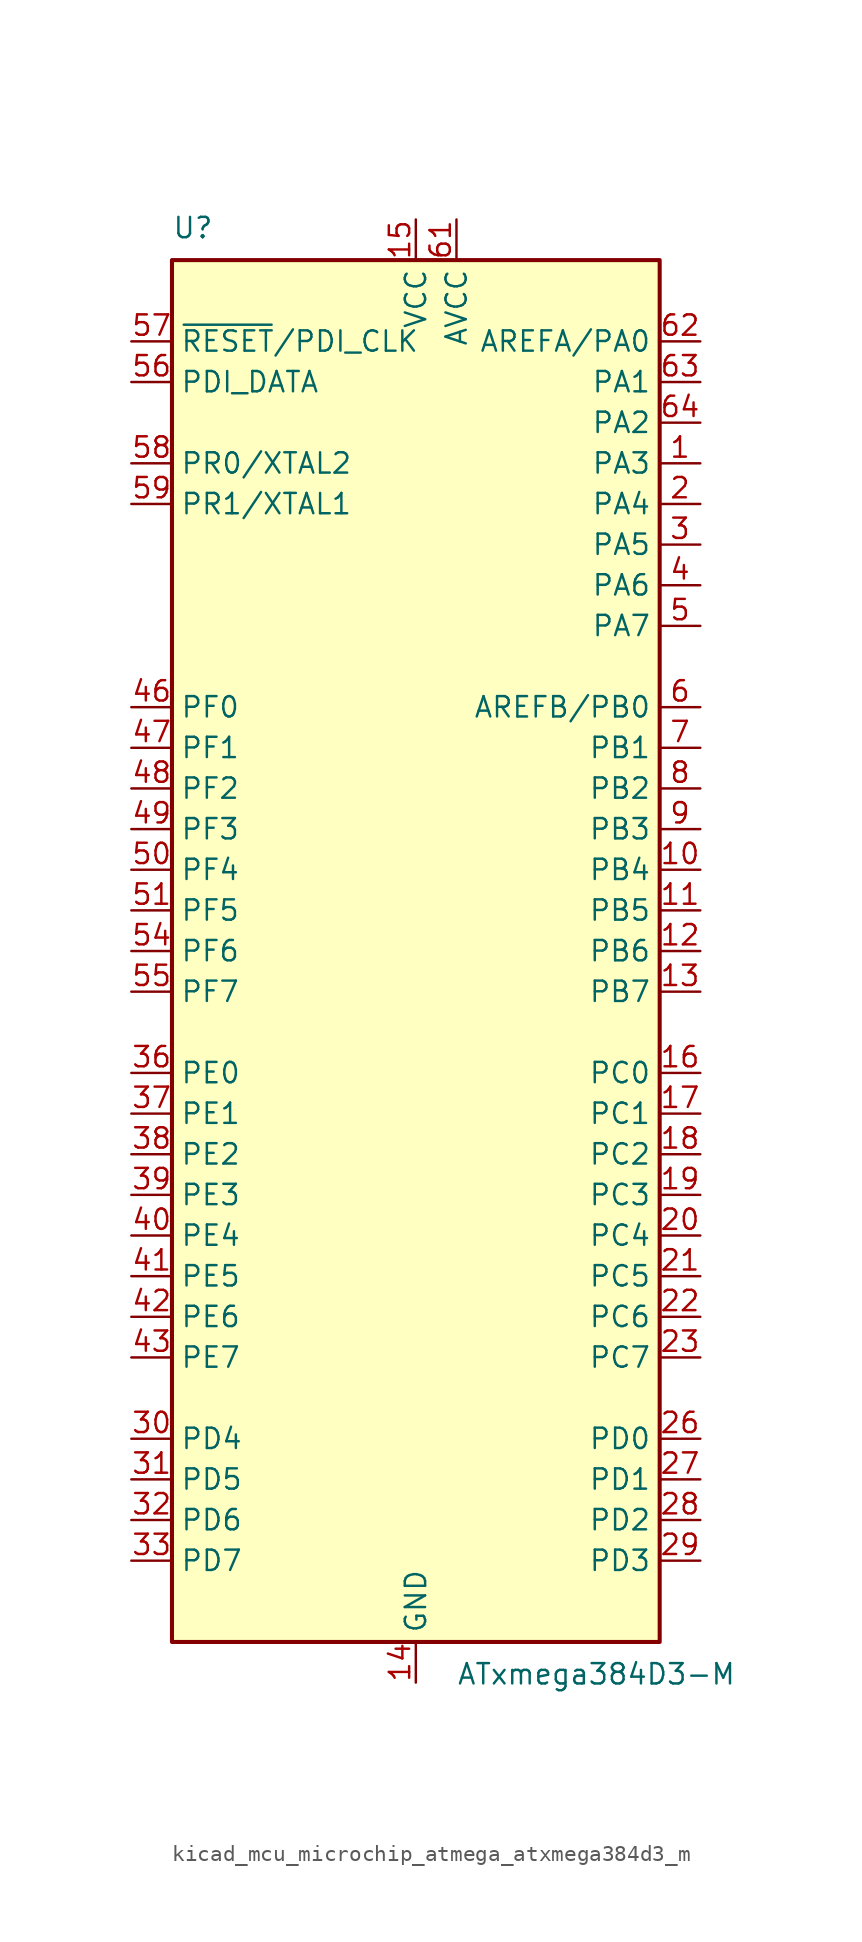
<source format=kicad_sym>
(kicad_symbol_lib
  (version 20220914)
  (generator kicad_symbol_editor)
  (symbol "kicad_mcu_microchip_atmega_atxmega384d3_m"
    (property "Reference" "U"
      (at -15.24 44.45 0)
      (effects (font (size 1.27 1.27)) (justify left bottom)))
    (property "Value" "ATxmega384D3-M"
      (at 2.54 -44.45 0)
      (effects (font (size 1.27 1.27)) (justify left top)))
    (symbol "kicad_mcu_microchip_atmega_atxmega384d3_m_0_1"
      (rectangle (start -15.24 -43.18) (end 15.24 43.18) (stroke (width 0.254) (type default)) (fill (type background))))
    (symbol "kicad_mcu_microchip_atmega_atxmega384d3_m_1_1"
      (pin bidirectional line (at 17.78 30.48 180) (length 2.54) (name "PA3" (effects (font (size 1.27 1.27)))) (number "1" (effects (font (size 1.27 1.27)))))
      (pin bidirectional line (at 17.78 5.08 180) (length 2.54) (name "PB4" (effects (font (size 1.27 1.27)))) (number "10" (effects (font (size 1.27 1.27)))))
      (pin bidirectional line (at 17.78 2.54 180) (length 2.54) (name "PB5" (effects (font (size 1.27 1.27)))) (number "11" (effects (font (size 1.27 1.27)))))
      (pin bidirectional line (at 17.78 0 180) (length 2.54) (name "PB6" (effects (font (size 1.27 1.27)))) (number "12" (effects (font (size 1.27 1.27)))))
      (pin bidirectional line (at 17.78 -2.54 180) (length 2.54) (name "PB7" (effects (font (size 1.27 1.27)))) (number "13" (effects (font (size 1.27 1.27)))))
      (pin power_in line (at 0 -45.72 90) (length 2.54) (name "GND" (effects (font (size 1.27 1.27)))) (number "14" (effects (font (size 1.27 1.27)))))
      (pin power_in line (at 0 45.72 270) (length 2.54) (name "VCC" (effects (font (size 1.27 1.27)))) (number "15" (effects (font (size 1.27 1.27)))))
      (pin bidirectional line (at 17.78 -7.62 180) (length 2.54) (name "PC0" (effects (font (size 1.27 1.27)))) (number "16" (effects (font (size 1.27 1.27)))))
      (pin bidirectional line (at 17.78 -10.16 180) (length 2.54) (name "PC1" (effects (font (size 1.27 1.27)))) (number "17" (effects (font (size 1.27 1.27)))))
      (pin bidirectional line (at 17.78 -12.7 180) (length 2.54) (name "PC2" (effects (font (size 1.27 1.27)))) (number "18" (effects (font (size 1.27 1.27)))))
      (pin bidirectional line (at 17.78 -15.24 180) (length 2.54) (name "PC3" (effects (font (size 1.27 1.27)))) (number "19" (effects (font (size 1.27 1.27)))))
      (pin bidirectional line (at 17.78 27.94 180) (length 2.54) (name "PA4" (effects (font (size 1.27 1.27)))) (number "2" (effects (font (size 1.27 1.27)))))
      (pin bidirectional line (at 17.78 -17.78 180) (length 2.54) (name "PC4" (effects (font (size 1.27 1.27)))) (number "20" (effects (font (size 1.27 1.27)))))
      (pin bidirectional line (at 17.78 -20.32 180) (length 2.54) (name "PC5" (effects (font (size 1.27 1.27)))) (number "21" (effects (font (size 1.27 1.27)))))
      (pin bidirectional line (at 17.78 -22.86 180) (length 2.54) (name "PC6" (effects (font (size 1.27 1.27)))) (number "22" (effects (font (size 1.27 1.27)))))
      (pin bidirectional line (at 17.78 -25.4 180) (length 2.54) (name "PC7" (effects (font (size 1.27 1.27)))) (number "23" (effects (font (size 1.27 1.27)))))
      (pin passive line (at 0 -45.72 90) (length 2.54) hide (name "GND" (effects (font (size 1.27 1.27)))) (number "24" (effects (font (size 1.27 1.27)))))
      (pin passive line (at 0 45.72 270) (length 2.54) hide (name "VCC" (effects (font (size 1.27 1.27)))) (number "25" (effects (font (size 1.27 1.27)))))
      (pin bidirectional line (at 17.78 -30.48 180) (length 2.54) (name "PD0" (effects (font (size 1.27 1.27)))) (number "26" (effects (font (size 1.27 1.27)))))
      (pin bidirectional line (at 17.78 -33.02 180) (length 2.54) (name "PD1" (effects (font (size 1.27 1.27)))) (number "27" (effects (font (size 1.27 1.27)))))
      (pin bidirectional line (at 17.78 -35.56 180) (length 2.54) (name "PD2" (effects (font (size 1.27 1.27)))) (number "28" (effects (font (size 1.27 1.27)))))
      (pin bidirectional line (at 17.78 -38.1 180) (length 2.54) (name "PD3" (effects (font (size 1.27 1.27)))) (number "29" (effects (font (size 1.27 1.27)))))
      (pin bidirectional line (at 17.78 25.4 180) (length 2.54) (name "PA5" (effects (font (size 1.27 1.27)))) (number "3" (effects (font (size 1.27 1.27)))))
      (pin bidirectional line (at -17.78 -30.48 0) (length 2.54) (name "PD4" (effects (font (size 1.27 1.27)))) (number "30" (effects (font (size 1.27 1.27)))))
      (pin bidirectional line (at -17.78 -33.02 0) (length 2.54) (name "PD5" (effects (font (size 1.27 1.27)))) (number "31" (effects (font (size 1.27 1.27)))))
      (pin bidirectional line (at -17.78 -35.56 0) (length 2.54) (name "PD6" (effects (font (size 1.27 1.27)))) (number "32" (effects (font (size 1.27 1.27)))))
      (pin bidirectional line (at -17.78 -38.1 0) (length 2.54) (name "PD7" (effects (font (size 1.27 1.27)))) (number "33" (effects (font (size 1.27 1.27)))))
      (pin passive line (at 0 -45.72 90) (length 2.54) hide (name "GND" (effects (font (size 1.27 1.27)))) (number "34" (effects (font (size 1.27 1.27)))))
      (pin passive line (at 0 45.72 270) (length 2.54) hide (name "VCC" (effects (font (size 1.27 1.27)))) (number "35" (effects (font (size 1.27 1.27)))))
      (pin bidirectional line (at -17.78 -7.62 0) (length 2.54) (name "PE0" (effects (font (size 1.27 1.27)))) (number "36" (effects (font (size 1.27 1.27)))))
      (pin bidirectional line (at -17.78 -10.16 0) (length 2.54) (name "PE1" (effects (font (size 1.27 1.27)))) (number "37" (effects (font (size 1.27 1.27)))))
      (pin bidirectional line (at -17.78 -12.7 0) (length 2.54) (name "PE2" (effects (font (size 1.27 1.27)))) (number "38" (effects (font (size 1.27 1.27)))))
      (pin bidirectional line (at -17.78 -15.24 0) (length 2.54) (name "PE3" (effects (font (size 1.27 1.27)))) (number "39" (effects (font (size 1.27 1.27)))))
      (pin bidirectional line (at 17.78 22.86 180) (length 2.54) (name "PA6" (effects (font (size 1.27 1.27)))) (number "4" (effects (font (size 1.27 1.27)))))
      (pin bidirectional line (at -17.78 -17.78 0) (length 2.54) (name "PE4" (effects (font (size 1.27 1.27)))) (number "40" (effects (font (size 1.27 1.27)))))
      (pin bidirectional line (at -17.78 -20.32 0) (length 2.54) (name "PE5" (effects (font (size 1.27 1.27)))) (number "41" (effects (font (size 1.27 1.27)))))
      (pin bidirectional line (at -17.78 -22.86 0) (length 2.54) (name "PE6" (effects (font (size 1.27 1.27)))) (number "42" (effects (font (size 1.27 1.27)))))
      (pin bidirectional line (at -17.78 -25.4 0) (length 2.54) (name "PE7" (effects (font (size 1.27 1.27)))) (number "43" (effects (font (size 1.27 1.27)))))
      (pin passive line (at 0 -45.72 90) (length 2.54) hide (name "GND" (effects (font (size 1.27 1.27)))) (number "44" (effects (font (size 1.27 1.27)))))
      (pin passive line (at 0 45.72 270) (length 2.54) hide (name "VCC" (effects (font (size 1.27 1.27)))) (number "45" (effects (font (size 1.27 1.27)))))
      (pin bidirectional line (at -17.78 15.24 0) (length 2.54) (name "PF0" (effects (font (size 1.27 1.27)))) (number "46" (effects (font (size 1.27 1.27)))))
      (pin bidirectional line (at -17.78 12.7 0) (length 2.54) (name "PF1" (effects (font (size 1.27 1.27)))) (number "47" (effects (font (size 1.27 1.27)))))
      (pin bidirectional line (at -17.78 10.16 0) (length 2.54) (name "PF2" (effects (font (size 1.27 1.27)))) (number "48" (effects (font (size 1.27 1.27)))))
      (pin bidirectional line (at -17.78 7.62 0) (length 2.54) (name "PF3" (effects (font (size 1.27 1.27)))) (number "49" (effects (font (size 1.27 1.27)))))
      (pin bidirectional line (at 17.78 20.32 180) (length 2.54) (name "PA7" (effects (font (size 1.27 1.27)))) (number "5" (effects (font (size 1.27 1.27)))))
      (pin bidirectional line (at -17.78 5.08 0) (length 2.54) (name "PF4" (effects (font (size 1.27 1.27)))) (number "50" (effects (font (size 1.27 1.27)))))
      (pin bidirectional line (at -17.78 2.54 0) (length 2.54) (name "PF5" (effects (font (size 1.27 1.27)))) (number "51" (effects (font (size 1.27 1.27)))))
      (pin passive line (at 0 -45.72 90) (length 2.54) hide (name "GND" (effects (font (size 1.27 1.27)))) (number "52" (effects (font (size 1.27 1.27)))))
      (pin passive line (at 0 45.72 270) (length 2.54) hide (name "VCC" (effects (font (size 1.27 1.27)))) (number "53" (effects (font (size 1.27 1.27)))))
      (pin bidirectional line (at -17.78 0 0) (length 2.54) (name "PF6" (effects (font (size 1.27 1.27)))) (number "54" (effects (font (size 1.27 1.27)))))
      (pin bidirectional line (at -17.78 -2.54 0) (length 2.54) (name "PF7" (effects (font (size 1.27 1.27)))) (number "55" (effects (font (size 1.27 1.27)))))
      (pin bidirectional line (at -17.78 35.56 0) (length 2.54) (name "PDI_DATA" (effects (font (size 1.27 1.27)))) (number "56" (effects (font (size 1.27 1.27)))))
      (pin input line (at -17.78 38.1 0) (length 2.54) (name "~{RESET}/PDI_CLK" (effects (font (size 1.27 1.27)))) (number "57" (effects (font (size 1.27 1.27)))))
      (pin bidirectional line (at -17.78 30.48 0) (length 2.54) (name "PR0/XTAL2" (effects (font (size 1.27 1.27)))) (number "58" (effects (font (size 1.27 1.27)))))
      (pin bidirectional line (at -17.78 27.94 0) (length 2.54) (name "PR1/XTAL1" (effects (font (size 1.27 1.27)))) (number "59" (effects (font (size 1.27 1.27)))))
      (pin bidirectional line (at 17.78 15.24 180) (length 2.54) (name "AREFB/PB0" (effects (font (size 1.27 1.27)))) (number "6" (effects (font (size 1.27 1.27)))))
      (pin passive line (at 0 -45.72 90) (length 2.54) hide (name "GND" (effects (font (size 1.27 1.27)))) (number "60" (effects (font (size 1.27 1.27)))))
      (pin power_in line (at 2.54 45.72 270) (length 2.54) (name "AVCC" (effects (font (size 1.27 1.27)))) (number "61" (effects (font (size 1.27 1.27)))))
      (pin bidirectional line (at 17.78 38.1 180) (length 2.54) (name "AREFA/PA0" (effects (font (size 1.27 1.27)))) (number "62" (effects (font (size 1.27 1.27)))))
      (pin bidirectional line (at 17.78 35.56 180) (length 2.54) (name "PA1" (effects (font (size 1.27 1.27)))) (number "63" (effects (font (size 1.27 1.27)))))
      (pin bidirectional line (at 17.78 33.02 180) (length 2.54) (name "PA2" (effects (font (size 1.27 1.27)))) (number "64" (effects (font (size 1.27 1.27)))))
      (pin passive line (at 0 -45.72 90) (length 2.54) hide (name "GND" (effects (font (size 1.27 1.27)))) (number "65" (effects (font (size 1.27 1.27)))))
      (pin bidirectional line (at 17.78 12.7 180) (length 2.54) (name "PB1" (effects (font (size 1.27 1.27)))) (number "7" (effects (font (size 1.27 1.27)))))
      (pin bidirectional line (at 17.78 10.16 180) (length 2.54) (name "PB2" (effects (font (size 1.27 1.27)))) (number "8" (effects (font (size 1.27 1.27)))))
      (pin bidirectional line (at 17.78 7.62 180) (length 2.54) (name "PB3" (effects (font (size 1.27 1.27)))) (number "9" (effects (font (size 1.27 1.27))))))))
</source>
